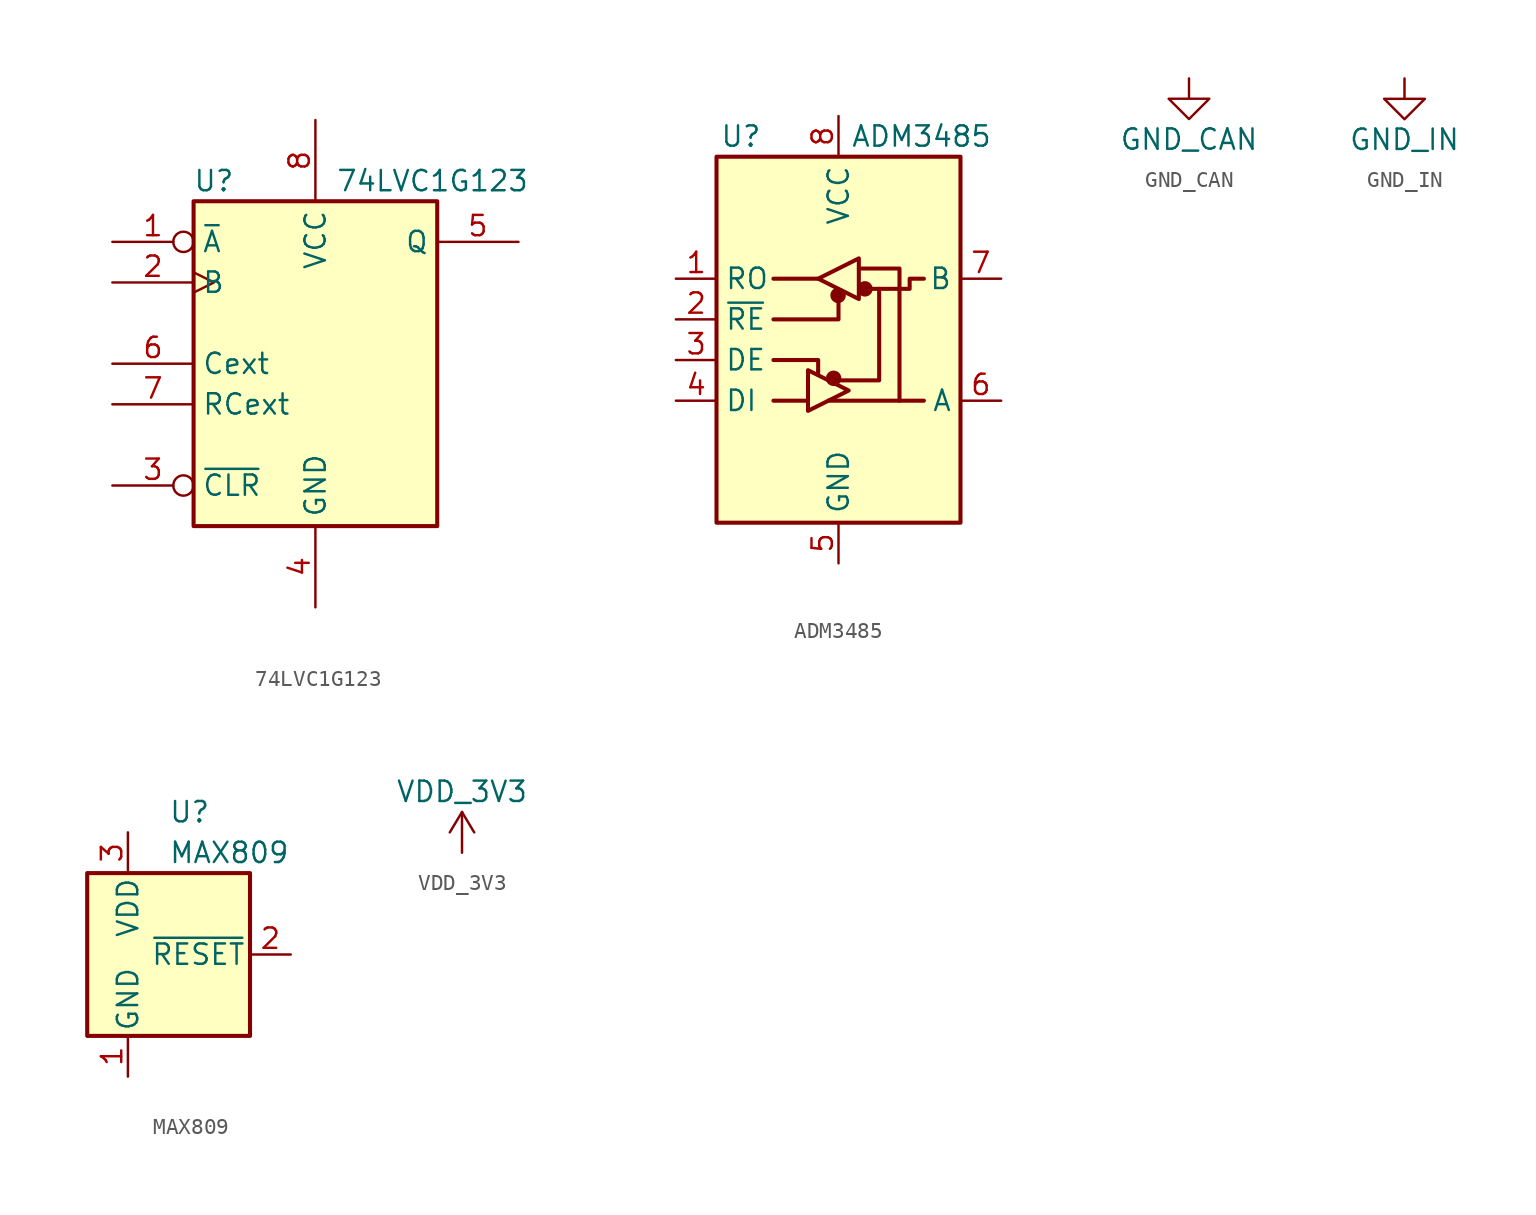
<source format=kicad_sym>
(kicad_symbol_lib
  (version 20231120)
  (generator "kicad_symbol_editor")
  (generator_version "8.0")
  (symbol "74LVC1G123"
    (property "Reference" "U"
      (at -6.35 11.43 0)
      (effects (font (size 1.27 1.27))))
    (property "Value" "74LVC1G123"
      (at 1.27 11.43 0)
      (effects (font (size 1.27 1.27)) (justify left)))
    (symbol "74LVC1G123_1_1"
      (rectangle (start -7.62 10.16) (end 7.62 -10.16) (stroke (width 0.254) (type default)) (fill (type background)))
      (pin input inverted (at -12.7 7.62 0) (length 5.08) (name "~{A}" (effects (font (size 1.27 1.27)))) (number "1" (effects (font (size 1.27 1.27)))))
      (pin input clock (at -12.7 5.08 0) (length 5.08) (name "B" (effects (font (size 1.27 1.27)))) (number "2" (effects (font (size 1.27 1.27)))))
      (pin input inverted (at -12.7 -7.62 0) (length 5.08) (name "~{CLR}" (effects (font (size 1.27 1.27)))) (number "3" (effects (font (size 1.27 1.27)))))
      (pin power_in line (at 0 -15.24 90) (length 5.08) (name "GND" (effects (font (size 1.27 1.27)))) (number "4" (effects (font (size 1.27 1.27)))))
      (pin output line (at 12.7 7.62 180) (length 5.08) (name "Q" (effects (font (size 1.27 1.27)))) (number "5" (effects (font (size 1.27 1.27)))))
      (pin input line (at -12.7 0 0) (length 5.08) (name "Cext" (effects (font (size 1.27 1.27)))) (number "6" (effects (font (size 1.27 1.27)))))
      (pin input line (at -12.7 -2.54 0) (length 5.08) (name "RCext" (effects (font (size 1.27 1.27)))) (number "7" (effects (font (size 1.27 1.27)))))
      (pin power_in line (at 0 15.24 270) (length 5.08) (name "VCC" (effects (font (size 1.27 1.27)))) (number "8" (effects (font (size 1.27 1.27)))))))
  (symbol "ADM3485"
    (property "Reference" "U"
      (at -6.096 11.43 0)
      (effects (font (size 1.27 1.27))))
    (property "Value" "ADM3485"
      (at 0.762 11.43 0)
      (effects (font (size 1.27 1.27)) (justify left)))
    (symbol "ADM3485_0_1"
      (rectangle (start -7.62 10.16) (end 7.62 -12.7) (stroke (width 0.254) (type default)) (fill (type background)))
      (circle (center -0.305 -3.683) (radius 0.356) (stroke (width 0.254) (type default)) (fill (type outline)))
      (circle (center -0.025 1.499) (radius 0.356) (stroke (width 0.254) (type default)) (fill (type outline)))
      (polyline (pts (xy -4.064 -5.08) (xy -1.905 -5.08)) (stroke (width 0.254) (type default)) (fill (type none)))
      (polyline (pts (xy -4.064 2.54) (xy -1.27 2.54)) (stroke (width 0.254) (type default)) (fill (type none)))
      (polyline (pts (xy -1.27 -3.2) (xy -1.27 -3.454)) (stroke (width 0.254) (type default)) (fill (type none)))
      (polyline (pts (xy -0.635 -5.08) (xy 5.334 -5.08)) (stroke (width 0.254) (type default)) (fill (type none)))
      (polyline (pts (xy -4.064 -2.54) (xy -1.27 -2.54) (xy -1.27 -3.175)) (stroke (width 0.254) (type default)) (fill (type none)))
      (polyline (pts (xy 0 1.27) (xy 0 0) (xy -4.064 0)) (stroke (width 0.254) (type default)) (fill (type none)))
      (polyline (pts (xy 1.27 3.175) (xy 3.81 3.175) (xy 3.81 -5.08)) (stroke (width 0.254) (type default)) (fill (type none)))
      (polyline (pts (xy 2.54 1.905) (xy 2.54 -3.81) (xy 0 -3.81)) (stroke (width 0.254) (type default)) (fill (type none)))
      (polyline (pts (xy -1.905 -3.175) (xy -1.905 -5.715) (xy 0.635 -4.445) (xy -1.905 -3.175)) (stroke (width 0.254) (type default)) (fill (type none)))
      (polyline (pts (xy -1.27 2.54) (xy 1.27 3.81) (xy 1.27 1.27) (xy -1.27 2.54)) (stroke (width 0.254) (type default)) (fill (type none)))
      (polyline (pts (xy 1.905 1.905) (xy 4.445 1.905) (xy 4.445 2.54) (xy 5.334 2.54)) (stroke (width 0.254) (type default)) (fill (type none)))
      (rectangle (start 1.27 3.175) (end 1.27 3.175) (stroke (width 0) (type default)) (fill (type none)))
      (circle (center 1.651 1.905) (radius 0.356) (stroke (width 0.254) (type default)) (fill (type outline))))
    (symbol "ADM3485_1_1"
      (pin output line (at -10.16 2.54 0) (length 2.54) (name "RO" (effects (font (size 1.27 1.27)))) (number "1" (effects (font (size 1.27 1.27)))))
      (pin input line (at -10.16 0 0) (length 2.54) (name "~{RE}" (effects (font (size 1.27 1.27)))) (number "2" (effects (font (size 1.27 1.27)))))
      (pin input line (at -10.16 -2.54 0) (length 2.54) (name "DE" (effects (font (size 1.27 1.27)))) (number "3" (effects (font (size 1.27 1.27)))))
      (pin input line (at -10.16 -5.08 0) (length 2.54) (name "DI" (effects (font (size 1.27 1.27)))) (number "4" (effects (font (size 1.27 1.27)))))
      (pin power_in line (at 0 -15.24 90) (length 2.54) (name "GND" (effects (font (size 1.27 1.27)))) (number "5" (effects (font (size 1.27 1.27)))))
      (pin bidirectional line (at 10.16 -5.08 180) (length 2.54) (name "A" (effects (font (size 1.27 1.27)))) (number "6" (effects (font (size 1.27 1.27)))))
      (pin bidirectional line (at 10.16 2.54 180) (length 2.54) (name "B" (effects (font (size 1.27 1.27)))) (number "7" (effects (font (size 1.27 1.27)))))
      (pin power_in line (at 0 12.7 270) (length 2.54) (name "VCC" (effects (font (size 1.27 1.27)))) (number "8" (effects (font (size 1.27 1.27)))))))
  (symbol "GND_CAN"
    (power)
    (pin_names
      (offset 0))
    (property "Reference" "#PWR"
      (at 0 -6.35 0)
      (effects (font (size 1.27 1.27)) (hide yes)))
    (property "Value" "GND_CAN"
      (at 0 -3.81 0)
      (effects (font (size 1.27 1.27))))
    (symbol "GND_CAN_0_1"
      (polyline (pts (xy 0 0) (xy 0 -1.27) (xy 1.27 -1.27) (xy 0 -2.54) (xy -1.27 -1.27) (xy 0 -1.27)) (stroke (width 0) (type default)) (fill (type none))))
    (symbol "GND_CAN_1_1"
      (pin power_in line (at 0 0 270) (length 0) hide (name "GND_CAN" (effects (font (size 1.27 1.27)))) (number "1" (effects (font (size 1.27 1.27)))))))
  (symbol "GND_IN"
    (power)
    (pin_names
      (offset 0))
    (property "Reference" "#PWR"
      (at 0 -6.35 0)
      (effects (font (size 1.27 1.27)) (hide yes)))
    (property "Value" "GND_IN"
      (at 0 -3.81 0)
      (effects (font (size 1.27 1.27))))
    (symbol "GND_IN_0_1"
      (polyline (pts (xy 0 0) (xy 0 -1.27) (xy 1.27 -1.27) (xy 0 -2.54) (xy -1.27 -1.27) (xy 0 -1.27)) (stroke (width 0) (type default)) (fill (type none))))
    (symbol "GND_IN_1_1"
      (pin power_in line (at 0 0 270) (length 0) hide (name "GND_IN" (effects (font (size 1.27 1.27)))) (number "1" (effects (font (size 1.27 1.27)))))))
  (symbol "MAX809"
    (pin_names
      (offset 0.254))
    (property "Reference" "U"
      (at 2.54 8.89 0)
      (effects (font (size 1.27 1.27)) (justify left)))
    (property "Value" "MAX809"
      (at 2.54 6.35 0)
      (effects (font (size 1.27 1.27)) (justify left)))
    (symbol "MAX809_0_1"
      (rectangle (start -2.54 5.08) (end 7.62 -5.08) (stroke (width 0.254) (type default)) (fill (type background))))
    (symbol "MAX809_1_1"
      (pin power_in line (at 0 -7.62 90) (length 2.54) (name "GND" (effects (font (size 1.27 1.27)))) (number "1" (effects (font (size 1.27 1.27)))))
      (pin output line (at 10.16 0 180) (length 2.54) (name "~{RESET}" (effects (font (size 1.27 1.27)))) (number "2" (effects (font (size 1.27 1.27)))))
      (pin power_in line (at 0 7.62 270) (length 2.54) (name "VDD" (effects (font (size 1.27 1.27)))) (number "3" (effects (font (size 1.27 1.27)))))))
  (symbol "VDD_3V3"
    (power)
    (pin_names
      (offset 0))
    (property "Reference" "#PWR"
      (at 0 -3.81 0)
      (effects (font (size 1.27 1.27)) (hide yes)))
    (property "Value" "VDD_3V3"
      (at 0 3.81 0)
      (effects (font (size 1.27 1.27))))
    (symbol "VDD_3V3_0_1"
      (polyline (pts (xy -0.762 1.27) (xy 0 2.54)) (stroke (width 0) (type default)) (fill (type none)))
      (polyline (pts (xy 0 0) (xy 0 2.54)) (stroke (width 0) (type default)) (fill (type none)))
      (polyline (pts (xy 0 2.54) (xy 0.762 1.27)) (stroke (width 0) (type default)) (fill (type none))))
    (symbol "VDD_3V3_1_1"
      (pin power_in line (at 0 0 90) (length 0) hide (name "VDD_3V3" (effects (font (size 1.27 1.27)))) (number "1" (effects (font (size 1.27 1.27))))))))
</source>
